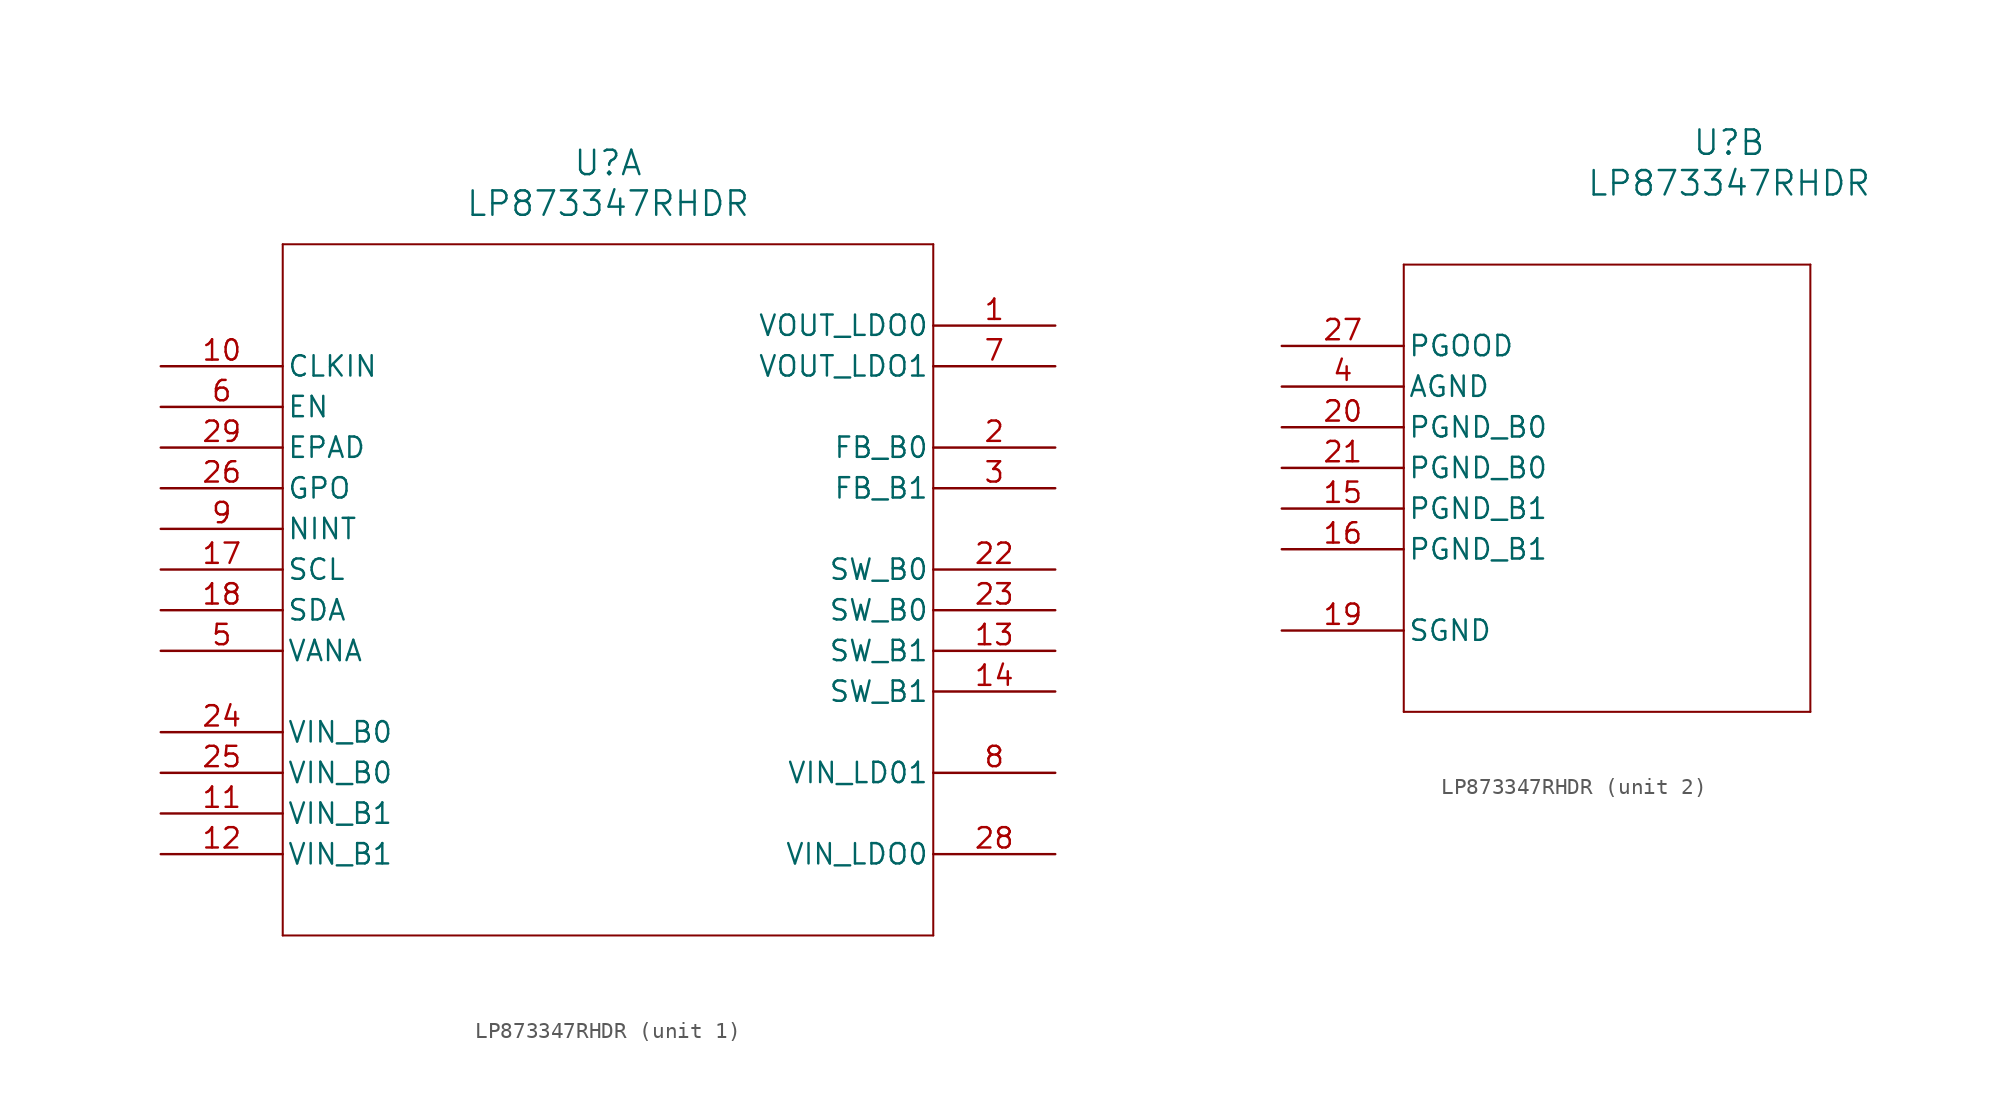
<source format=kicad_sym>
(kicad_symbol_lib
  (version 20211014)
  (generator kicad_symbol_editor)
  (symbol "LP873347RHDR"
    (pin_names
      (offset 0.254))
    (property "Reference" "U"
      (at 27.94 12.7 0)
      (effects (font (size 1.524 1.524))))
    (property "Value" "LP873347RHDR"
      (at 27.94 10.16 0)
      (effects (font (size 1.524 1.524))))
    (symbol "LP873347RHDR_1_1"
      (polyline (pts (xy 7.62 7.62) (xy 7.62 -35.56)) (stroke (width 0.127) (type default) (color 0 0 0 0)) (fill (type none)))
      (polyline (pts (xy 7.62 -35.56) (xy 48.26 -35.56)) (stroke (width 0.127) (type default) (color 0 0 0 0)) (fill (type none)))
      (polyline (pts (xy 48.26 -35.56) (xy 48.26 7.62)) (stroke (width 0.127) (type default) (color 0 0 0 0)) (fill (type none)))
      (polyline (pts (xy 48.26 7.62) (xy 7.62 7.62)) (stroke (width 0.127) (type default) (color 0 0 0 0)) (fill (type none)))
      (pin unspecified line (at 55.88 2.54 180) (length 7.62) (name "VOUT_LDO0" (effects (font (size 1.27 1.27)))) (number "1" (effects (font (size 1.27 1.27)))))
      (pin unspecified line (at 55.88 -5.08 180) (length 7.62) (name "FB_B0" (effects (font (size 1.27 1.27)))) (number "2" (effects (font (size 1.27 1.27)))))
      (pin unspecified line (at 55.88 -7.62 180) (length 7.62) (name "FB_B1" (effects (font (size 1.27 1.27)))) (number "3" (effects (font (size 1.27 1.27)))))
      (pin unspecified line (at 0 -17.78 0) (length 7.62) (name "VANA" (effects (font (size 1.27 1.27)))) (number "5" (effects (font (size 1.27 1.27)))))
      (pin unspecified line (at 0 -2.54 0) (length 7.62) (name "EN" (effects (font (size 1.27 1.27)))) (number "6" (effects (font (size 1.27 1.27)))))
      (pin unspecified line (at 55.88 0 180) (length 7.62) (name "VOUT_LDO1" (effects (font (size 1.27 1.27)))) (number "7" (effects (font (size 1.27 1.27)))))
      (pin unspecified line (at 55.88 -25.4 180) (length 7.62) (name "VIN_LD01" (effects (font (size 1.27 1.27)))) (number "8" (effects (font (size 1.27 1.27)))))
      (pin unspecified line (at 0 -10.16 0) (length 7.62) (name "NINT" (effects (font (size 1.27 1.27)))) (number "9" (effects (font (size 1.27 1.27)))))
      (pin unspecified line (at 0 0 0) (length 7.62) (name "CLKIN" (effects (font (size 1.27 1.27)))) (number "10" (effects (font (size 1.27 1.27)))))
      (pin unspecified line (at 0 -27.94 0) (length 7.62) (name "VIN_B1" (effects (font (size 1.27 1.27)))) (number "11" (effects (font (size 1.27 1.27)))))
      (pin unspecified line (at 0 -30.48 0) (length 7.62) (name "VIN_B1" (effects (font (size 1.27 1.27)))) (number "12" (effects (font (size 1.27 1.27)))))
      (pin unspecified line (at 55.88 -17.78 180) (length 7.62) (name "SW_B1" (effects (font (size 1.27 1.27)))) (number "13" (effects (font (size 1.27 1.27)))))
      (pin unspecified line (at 55.88 -20.32 180) (length 7.62) (name "SW_B1" (effects (font (size 1.27 1.27)))) (number "14" (effects (font (size 1.27 1.27)))))
      (pin unspecified line (at 0 -12.7 0) (length 7.62) (name "SCL" (effects (font (size 1.27 1.27)))) (number "17" (effects (font (size 1.27 1.27)))))
      (pin unspecified line (at 0 -15.24 0) (length 7.62) (name "SDA" (effects (font (size 1.27 1.27)))) (number "18" (effects (font (size 1.27 1.27)))))
      (pin unspecified line (at 55.88 -12.7 180) (length 7.62) (name "SW_B0" (effects (font (size 1.27 1.27)))) (number "22" (effects (font (size 1.27 1.27)))))
      (pin unspecified line (at 55.88 -15.24 180) (length 7.62) (name "SW_B0" (effects (font (size 1.27 1.27)))) (number "23" (effects (font (size 1.27 1.27)))))
      (pin unspecified line (at 0 -22.86 0) (length 7.62) (name "VIN_B0" (effects (font (size 1.27 1.27)))) (number "24" (effects (font (size 1.27 1.27)))))
      (pin unspecified line (at 0 -25.4 0) (length 7.62) (name "VIN_B0" (effects (font (size 1.27 1.27)))) (number "25" (effects (font (size 1.27 1.27)))))
      (pin unspecified line (at 0 -7.62 0) (length 7.62) (name "GPO" (effects (font (size 1.27 1.27)))) (number "26" (effects (font (size 1.27 1.27)))))
      (pin unspecified line (at 55.88 -30.48 180) (length 7.62) (name "VIN_LDO0" (effects (font (size 1.27 1.27)))) (number "28" (effects (font (size 1.27 1.27)))))
      (pin unspecified line (at 0 -5.08 0) (length 7.62) (name "EPAD" (effects (font (size 1.27 1.27)))) (number "29" (effects (font (size 1.27 1.27))))))
    (symbol "LP873347RHDR_2_1"
      (polyline (pts (xy 7.62 5.08) (xy 7.62 -22.86)) (stroke (width 0.127) (type default) (color 0 0 0 0)) (fill (type none)))
      (polyline (pts (xy 7.62 -22.86) (xy 33.02 -22.86)) (stroke (width 0.127) (type default) (color 0 0 0 0)) (fill (type none)))
      (polyline (pts (xy 33.02 -22.86) (xy 33.02 5.08)) (stroke (width 0.127) (type default) (color 0 0 0 0)) (fill (type none)))
      (polyline (pts (xy 33.02 5.08) (xy 7.62 5.08)) (stroke (width 0.127) (type default) (color 0 0 0 0)) (fill (type none)))
      (pin unspecified line (at 0 -2.54 0) (length 7.62) (name "AGND" (effects (font (size 1.27 1.27)))) (number "4" (effects (font (size 1.27 1.27)))))
      (pin unspecified line (at 0 -10.16 0) (length 7.62) (name "PGND_B1" (effects (font (size 1.27 1.27)))) (number "15" (effects (font (size 1.27 1.27)))))
      (pin unspecified line (at 0 -12.7 0) (length 7.62) (name "PGND_B1" (effects (font (size 1.27 1.27)))) (number "16" (effects (font (size 1.27 1.27)))))
      (pin unspecified line (at 0 -17.78 0) (length 7.62) (name "SGND" (effects (font (size 1.27 1.27)))) (number "19" (effects (font (size 1.27 1.27)))))
      (pin unspecified line (at 0 -5.08 0) (length 7.62) (name "PGND_B0" (effects (font (size 1.27 1.27)))) (number "20" (effects (font (size 1.27 1.27)))))
      (pin unspecified line (at 0 -7.62 0) (length 7.62) (name "PGND_B0" (effects (font (size 1.27 1.27)))) (number "21" (effects (font (size 1.27 1.27)))))
      (pin unspecified line (at 0 0 0) (length 7.62) (name "PGOOD" (effects (font (size 1.27 1.27)))) (number "27" (effects (font (size 1.27 1.27))))))))
</source>
